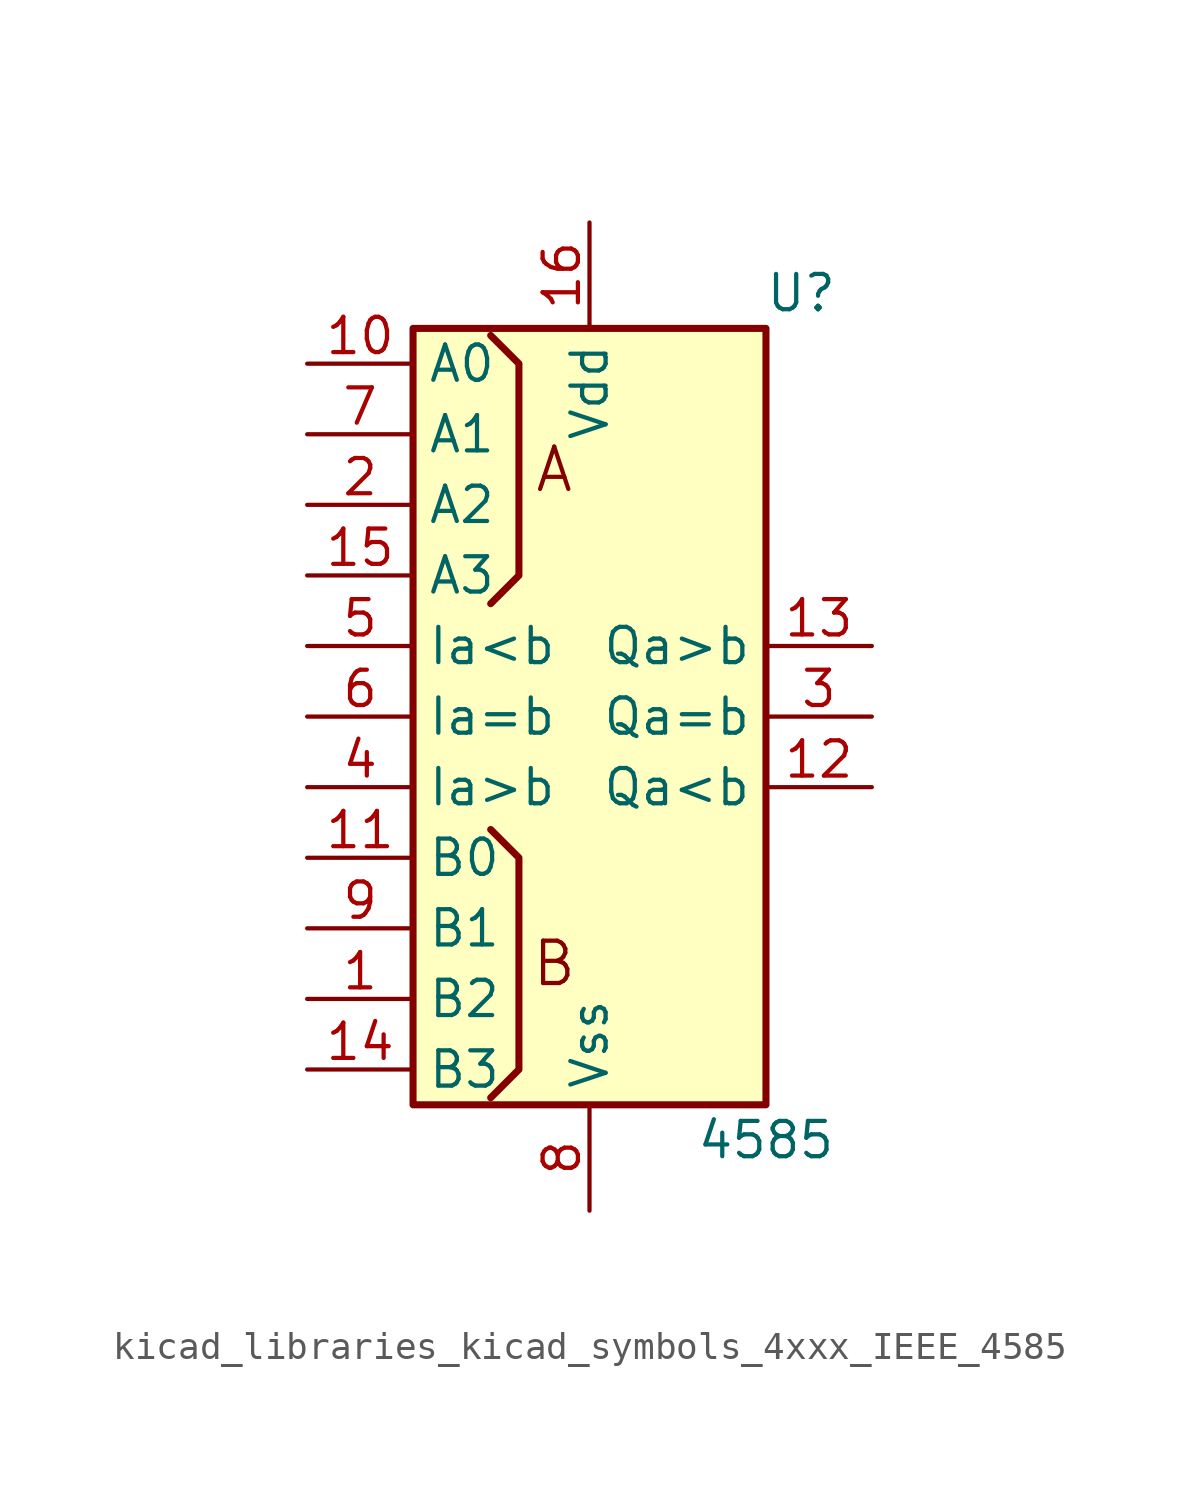
<source format=kicad_sym>
(kicad_symbol_lib
  (version 20220914)
  (generator kicad_symbol_editor)
  (symbol "kicad_libraries_kicad_symbols_4xxx_IEEE_4585"
    (property "Reference" "U"
      (at 7.62 15.24 0)
      (effects (font (size 1.27 1.27))))
    (property "Value" "4585"
      (at 6.35 -15.24 0)
      (effects (font (size 1.27 1.27))))
    (symbol "kicad_libraries_kicad_symbols_4xxx_IEEE_4585_0_0"
      (rectangle (start -6.35 13.97) (end 6.35 -13.97) (stroke (width 0.254) (type default)) (fill (type background)))
      (polyline (pts (xy -3.556 -4.064) (xy -2.54 -5.08) (xy -2.54 -12.7) (xy -3.556 -13.716) (xy -3.556 -13.716)) (stroke (width 0.254) (type default)) (fill (type background)))
      (text "A" (at -1.27 8.89 0) (effects (font (size 1.524 1.524))))
      (text "B" (at -1.27 -8.89 0) (effects (font (size 1.524 1.524)))))
    (symbol "kicad_libraries_kicad_symbols_4xxx_IEEE_4585_0_1"
      (polyline (pts (xy -3.556 4.064) (xy -2.54 5.08) (xy -2.54 12.7) (xy -3.556 13.716) (xy -3.556 13.716)) (stroke (width 0.254) (type default)) (fill (type background)))
      (pin power_in line (at 0 17.78 270) (length 3.81) (name "Vdd" (effects (font (size 1.27 1.27)))) (number "16" (effects (font (size 1.27 1.27)))))
      (pin power_in line (at 0 -17.78 90) (length 3.81) (name "Vss" (effects (font (size 1.27 1.27)))) (number "8" (effects (font (size 1.27 1.27))))))
    (symbol "kicad_libraries_kicad_symbols_4xxx_IEEE_4585_1_1"
      (pin input line (at -10.16 -10.16 0) (length 3.81) (name "B2" (effects (font (size 1.27 1.27)))) (number "1" (effects (font (size 1.27 1.27)))))
      (pin input line (at -10.16 12.7 0) (length 3.81) (name "A0" (effects (font (size 1.27 1.27)))) (number "10" (effects (font (size 1.27 1.27)))))
      (pin input line (at -10.16 -5.08 0) (length 3.81) (name "B0" (effects (font (size 1.27 1.27)))) (number "11" (effects (font (size 1.27 1.27)))))
      (pin output line (at 10.16 -2.54 180) (length 3.81) (name "Qa<b" (effects (font (size 1.27 1.27)))) (number "12" (effects (font (size 1.27 1.27)))))
      (pin output line (at 10.16 2.54 180) (length 3.81) (name "Qa>b" (effects (font (size 1.27 1.27)))) (number "13" (effects (font (size 1.27 1.27)))))
      (pin input line (at -10.16 -12.7 0) (length 3.81) (name "B3" (effects (font (size 1.27 1.27)))) (number "14" (effects (font (size 1.27 1.27)))))
      (pin input line (at -10.16 5.08 0) (length 3.81) (name "A3" (effects (font (size 1.27 1.27)))) (number "15" (effects (font (size 1.27 1.27)))))
      (pin input line (at -10.16 7.62 0) (length 3.81) (name "A2" (effects (font (size 1.27 1.27)))) (number "2" (effects (font (size 1.27 1.27)))))
      (pin output line (at 10.16 0 180) (length 3.81) (name "Qa=b" (effects (font (size 1.27 1.27)))) (number "3" (effects (font (size 1.27 1.27)))))
      (pin input line (at -10.16 -2.54 0) (length 3.81) (name "Ia>b" (effects (font (size 1.27 1.27)))) (number "4" (effects (font (size 1.27 1.27)))))
      (pin input line (at -10.16 2.54 0) (length 3.81) (name "Ia<b" (effects (font (size 1.27 1.27)))) (number "5" (effects (font (size 1.27 1.27)))))
      (pin input line (at -10.16 0 0) (length 3.81) (name "Ia=b" (effects (font (size 1.27 1.27)))) (number "6" (effects (font (size 1.27 1.27)))))
      (pin input line (at -10.16 10.16 0) (length 3.81) (name "A1" (effects (font (size 1.27 1.27)))) (number "7" (effects (font (size 1.27 1.27)))))
      (pin input line (at -10.16 -7.62 0) (length 3.81) (name "B1" (effects (font (size 1.27 1.27)))) (number "9" (effects (font (size 1.27 1.27))))))))
</source>
